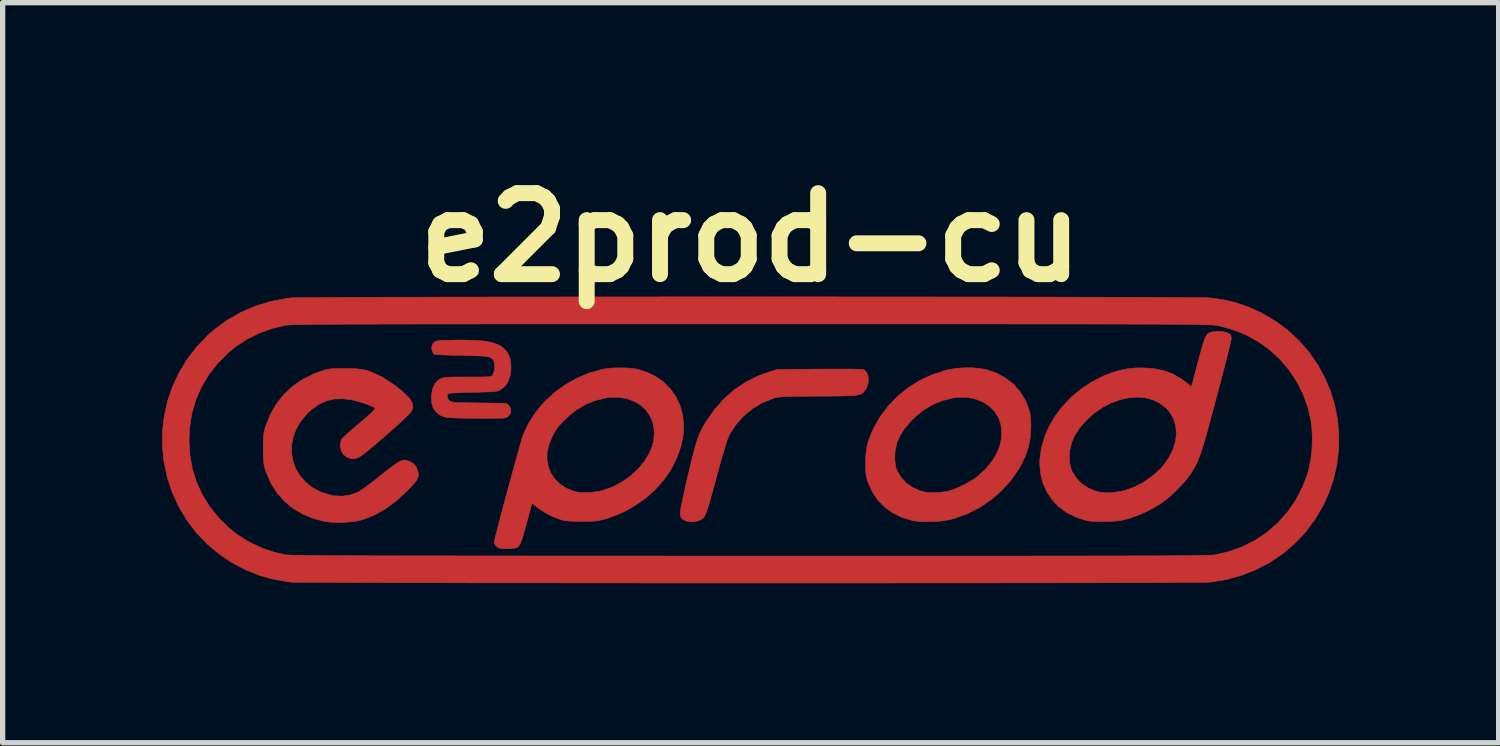
<source format=kicad_pcb>
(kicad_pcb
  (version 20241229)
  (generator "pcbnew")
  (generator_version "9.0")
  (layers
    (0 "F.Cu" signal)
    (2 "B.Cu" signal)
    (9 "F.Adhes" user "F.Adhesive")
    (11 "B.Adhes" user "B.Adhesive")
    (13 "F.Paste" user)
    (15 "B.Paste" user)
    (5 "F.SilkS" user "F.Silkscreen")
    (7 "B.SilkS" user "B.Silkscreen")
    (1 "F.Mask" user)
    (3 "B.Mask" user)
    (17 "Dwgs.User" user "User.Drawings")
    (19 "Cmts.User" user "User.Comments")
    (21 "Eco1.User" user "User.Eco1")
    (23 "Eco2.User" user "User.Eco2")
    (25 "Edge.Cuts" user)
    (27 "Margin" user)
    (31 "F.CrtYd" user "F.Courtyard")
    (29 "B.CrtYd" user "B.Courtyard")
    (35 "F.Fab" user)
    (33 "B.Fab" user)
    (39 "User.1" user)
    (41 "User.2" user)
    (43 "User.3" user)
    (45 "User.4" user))
  (footprint "e2prod-cu"
    (layer "F.Cu")
    (at 11.072 5.228)
    (property "Reference" "e2prod-cu" (at 0 -3.81 0) (layer "F.SilkS") (effects (font (size 1.524 1.524) (thickness 0.3))))
    (attr through_hole)
    (fp_poly (pts (xy 1.835 -1.335) (xy 1.952 -1.333) (xy 2.038 -1.331) (xy 2.097 -1.327) (xy 2.128 -1.323) (xy 2.133 -1.321) (xy 2.178 -1.279) (xy 2.206 -1.216) (xy 2.216 -1.139) (xy 2.207 -1.058) (xy 2.179 -0.981) (xy 2.161 -0.951) (xy 2.142 -0.924) (xy 2.123 -0.9) (xy 2.103 -0.881) (xy 2.077 -0.866) (xy 2.043 -0.854) (xy 1.998 -0.845) (xy 1.938 -0.838) (xy 1.861 -0.833) (xy 1.763 -0.83) (xy 1.641 -0.828) (xy 1.492 -0.826) (xy 1.313 -0.825) (xy 1.27 -0.825) (xy 1.092 -0.823) (xy 0.945 -0.822) (xy 0.825 -0.82) (xy 0.728 -0.819) (xy 0.651 -0.816) (xy 0.591 -0.813) (xy 0.544 -0.809) (xy 0.506 -0.804) (xy 0.475 -0.798) (xy 0.446 -0.79) (xy 0.417 -0.781) (xy 0.415 -0.78) (xy 0.215 -0.698) (xy 0.032 -0.588) (xy -0.131 -0.454) (xy -0.271 -0.298) (xy -0.385 -0.123) (xy -0.423 -0.046) (xy -0.438 -0.007) (xy -0.461 0.061) (xy -0.489 0.154) (xy -0.523 0.267) (xy -0.56 0.395) (xy -0.599 0.536) (xy -0.64 0.684) (xy -0.651 0.728) (xy -0.698 0.902) (xy -0.738 1.046) (xy -0.771 1.164) (xy -0.799 1.259) (xy -0.824 1.332) (xy -0.846 1.389) (xy -0.867 1.43) (xy -0.889 1.46) (xy -0.911 1.482) (xy -0.936 1.499) (xy -0.966 1.513) (xy -0.977 1.518) (xy -1.052 1.537) (xy -1.135 1.539) (xy -1.211 1.524) (xy -1.247 1.508) (xy -1.273 1.491) (xy -1.295 1.474) (xy -1.31 1.453) (xy -1.32 1.425) (xy -1.323 1.388) (xy -1.321 1.337) (xy -1.311 1.27) (xy -1.295 1.185) (xy -1.272 1.076) (xy -1.242 0.943) (xy -1.205 0.781) (xy -1.187 0.704) (xy -1.142 0.515) (xy -1.104 0.356) (xy -1.069 0.222) (xy -1.039 0.11) (xy -1.01 0.015) (xy -0.981 -0.065) (xy -0.953 -0.136) (xy -0.922 -0.201) (xy -0.888 -0.264) (xy -0.85 -0.328) (xy -0.837 -0.349) (xy -0.676 -0.578) (xy -0.498 -0.777) (xy -0.303 -0.948) (xy -0.09 -1.091) (xy 0.142 -1.206) (xy 0.349 -1.281) (xy 0.5 -1.328) (xy 1.299 -1.334) (xy 1.51 -1.335) (xy 1.689 -1.335) (xy 1.835 -1.335)) (stroke (width 0.01) (type solid)) (fill yes) (layer "F.Cu"))
    (fp_poly (pts (xy 4.305 -1.348) (xy 4.433 -1.325) (xy 4.439 -1.324) (xy 4.626 -1.258) (xy 4.795 -1.166) (xy 4.942 -1.051) (xy 5.066 -0.913) (xy 5.164 -0.756) (xy 5.226 -0.605) (xy 5.246 -0.539) (xy 5.26 -0.481) (xy 5.267 -0.42) (xy 5.271 -0.346) (xy 5.272 -0.254) (xy 5.261 -0.054) (xy 5.226 0.133) (xy 5.164 0.313) (xy 5.073 0.496) (xy 5.046 0.543) (xy 4.899 0.755) (xy 4.726 0.947) (xy 4.53 1.118) (xy 4.316 1.265) (xy 4.085 1.384) (xy 3.842 1.473) (xy 3.809 1.483) (xy 3.694 1.508) (xy 3.559 1.526) (xy 3.417 1.535) (xy 3.276 1.537) (xy 3.147 1.53) (xy 3.042 1.514) (xy 2.848 1.456) (xy 2.674 1.371) (xy 2.522 1.262) (xy 2.393 1.131) (xy 2.289 0.978) (xy 2.212 0.805) (xy 2.206 0.789) (xy 2.187 0.726) (xy 2.174 0.671) (xy 2.166 0.613) (xy 2.163 0.543) (xy 2.161 0.451) (xy 2.161 0.432) (xy 2.164 0.353) (xy 2.712 0.353) (xy 2.719 0.442) (xy 2.732 0.512) (xy 2.754 0.576) (xy 2.764 0.597) (xy 2.835 0.711) (xy 2.932 0.812) (xy 3.05 0.894) (xy 3.182 0.954) (xy 3.285 0.981) (xy 3.384 0.99) (xy 3.501 0.989) (xy 3.621 0.978) (xy 3.731 0.958) (xy 3.735 0.957) (xy 3.829 0.926) (xy 3.938 0.879) (xy 4.053 0.822) (xy 4.162 0.759) (xy 4.254 0.696) (xy 4.284 0.673) (xy 4.429 0.537) (xy 4.548 0.388) (xy 4.639 0.233) (xy 4.693 0.096) (xy 4.719 -0.033) (xy 4.723 -0.168) (xy 4.706 -0.299) (xy 4.67 -0.41) (xy 4.596 -0.53) (xy 4.498 -0.631) (xy 4.379 -0.711) (xy 4.242 -0.767) (xy 4.093 -0.8) (xy 3.933 -0.805) (xy 3.81 -0.792) (xy 3.611 -0.743) (xy 3.429 -0.669) (xy 3.259 -0.568) (xy 3.097 -0.437) (xy 3.031 -0.374) (xy 2.905 -0.231) (xy 2.811 -0.087) (xy 2.749 0.06) (xy 2.717 0.213) (xy 2.712 0.353) (xy 2.164 0.353) (xy 2.167 0.274) (xy 2.185 0.136) (xy 2.219 0.005) (xy 2.271 -0.13) (xy 2.304 -0.202) (xy 2.43 -0.428) (xy 2.583 -0.634) (xy 2.761 -0.819) (xy 2.96 -0.981) (xy 3.179 -1.119) (xy 3.416 -1.229) (xy 3.668 -1.311) (xy 3.708 -1.321) (xy 3.848 -1.346) (xy 4.001 -1.359) (xy 4.157 -1.36) (xy 4.305 -1.348)) (stroke (width 0.01) (type solid)) (fill yes) (layer "F.Cu"))
    (fp_poly (pts (xy 8.891 -2.037) (xy 8.963 -2.019) (xy 9.015 -1.99) (xy 9.029 -1.974) (xy 9.039 -1.945) (xy 9.042 -1.905) (xy 9.038 -1.88) (xy 9.026 -1.825) (xy 9.006 -1.743) (xy 8.98 -1.638) (xy 8.948 -1.511) (xy 8.911 -1.366) (xy 8.869 -1.207) (xy 8.824 -1.035) (xy 8.776 -0.853) (xy 8.765 -0.81) (xy 8.704 -0.582) (xy 8.65 -0.384) (xy 8.604 -0.213) (xy 8.563 -0.066) (xy 8.526 0.059) (xy 8.494 0.165) (xy 8.464 0.255) (xy 8.436 0.331) (xy 8.41 0.397) (xy 8.383 0.455) (xy 8.355 0.508) (xy 8.325 0.56) (xy 8.293 0.611) (xy 8.269 0.648) (xy 8.202 0.738) (xy 8.114 0.838) (xy 8.014 0.942) (xy 7.909 1.042) (xy 7.806 1.129) (xy 7.734 1.182) (xy 7.595 1.268) (xy 7.438 1.35) (xy 7.275 1.421) (xy 7.121 1.475) (xy 7.095 1.483) (xy 7.021 1.502) (xy 6.952 1.515) (xy 6.878 1.524) (xy 6.791 1.53) (xy 6.68 1.534) (xy 6.546 1.535) (xy 6.441 1.531) (xy 6.359 1.523) (xy 6.32 1.515) (xy 6.128 1.456) (xy 5.955 1.37) (xy 5.804 1.261) (xy 5.678 1.131) (xy 5.576 0.981) (xy 5.501 0.815) (xy 5.455 0.633) (xy 5.438 0.439) (xy 5.44 0.366) (xy 5.442 0.354) (xy 5.997 0.354) (xy 6.004 0.44) (xy 6.016 0.505) (xy 6.036 0.565) (xy 6.053 0.602) (xy 6.129 0.719) (xy 6.23 0.821) (xy 6.35 0.903) (xy 6.484 0.96) (xy 6.57 0.981) (xy 6.685 0.991) (xy 6.817 0.987) (xy 6.953 0.968) (xy 7.044 0.947) (xy 7.223 0.882) (xy 7.398 0.79) (xy 7.562 0.675) (xy 7.706 0.544) (xy 7.763 0.48) (xy 7.868 0.333) (xy 7.944 0.183) (xy 7.991 0.032) (xy 8.009 -0.116) (xy 7.998 -0.259) (xy 7.958 -0.394) (xy 7.889 -0.517) (xy 7.82 -0.598) (xy 7.705 -0.689) (xy 7.574 -0.754) (xy 7.429 -0.793) (xy 7.273 -0.806) (xy 7.111 -0.794) (xy 6.946 -0.758) (xy 6.781 -0.697) (xy 6.619 -0.613) (xy 6.463 -0.505) (xy 6.325 -0.382) (xy 6.196 -0.237) (xy 6.1 -0.092) (xy 6.036 0.056) (xy 6.002 0.208) (xy 5.997 0.354) (xy 5.442 0.354) (xy 5.469 0.152) (xy 5.529 -0.058) (xy 5.618 -0.263) (xy 5.734 -0.458) (xy 5.874 -0.642) (xy 6.038 -0.811) (xy 6.221 -0.963) (xy 6.421 -1.095) (xy 6.638 -1.205) (xy 6.803 -1.269) (xy 6.955 -1.314) (xy 7.097 -1.342) (xy 7.247 -1.356) (xy 7.366 -1.358) (xy 7.579 -1.345) (xy 7.773 -1.305) (xy 7.951 -1.238) (xy 8.115 -1.142) (xy 8.189 -1.086) (xy 8.293 -1.001) (xy 8.417 -1.47) (xy 8.457 -1.619) (xy 8.49 -1.738) (xy 8.518 -1.831) (xy 8.543 -1.902) (xy 8.567 -1.953) (xy 8.591 -1.989) (xy 8.617 -2.012) (xy 8.648 -2.026) (xy 8.684 -2.035) (xy 8.717 -2.04) (xy 8.806 -2.045) (xy 8.891 -2.037)) (stroke (width 0.01) (type solid)) (fill yes) (layer "F.Cu"))
    (fp_poly (pts (xy -5.317 -1.878) (xy -5.209 -1.875) (xy -5.113 -1.87) (xy -5.035 -1.864) (xy -5.015 -1.862) (xy -4.871 -1.836) (xy -4.755 -1.796) (xy -4.663 -1.741) (xy -4.593 -1.669) (xy -4.553 -1.604) (xy -4.523 -1.518) (xy -4.509 -1.413) (xy -4.511 -1.301) (xy -4.528 -1.203) (xy -4.567 -1.095) (xy -4.622 -1.013) (xy -4.696 -0.953) (xy -4.713 -0.944) (xy -4.736 -0.932) (xy -4.761 -0.923) (xy -4.791 -0.916) (xy -4.832 -0.911) (xy -4.888 -0.907) (xy -4.963 -0.904) (xy -5.061 -0.901) (xy -5.188 -0.898) (xy -5.224 -0.898) (xy -5.343 -0.895) (xy -5.452 -0.891) (xy -5.546 -0.887) (xy -5.619 -0.883) (xy -5.667 -0.879) (xy -5.685 -0.875) (xy -5.706 -0.845) (xy -5.705 -0.801) (xy -5.686 -0.758) (xy -5.661 -0.733) (xy -5.644 -0.724) (xy -5.622 -0.717) (xy -5.591 -0.711) (xy -5.546 -0.707) (xy -5.483 -0.704) (xy -5.4 -0.702) (xy -5.29 -0.7) (xy -5.152 -0.698) (xy -5.123 -0.698) (xy -4.996 -0.697) (xy -4.878 -0.695) (xy -4.774 -0.693) (xy -4.689 -0.69) (xy -4.628 -0.688) (xy -4.595 -0.685) (xy -4.592 -0.685) (xy -4.557 -0.662) (xy -4.529 -0.617) (xy -4.513 -0.563) (xy -4.514 -0.516) (xy -4.535 -0.475) (xy -4.568 -0.44) (xy -4.581 -0.431) (xy -4.598 -0.423) (xy -4.621 -0.417) (xy -4.654 -0.413) (xy -4.702 -0.41) (xy -4.768 -0.409) (xy -4.855 -0.408) (xy -4.969 -0.408) (xy -5.112 -0.408) (xy -5.137 -0.408) (xy -5.271 -0.409) (xy -5.396 -0.411) (xy -5.508 -0.413) (xy -5.603 -0.416) (xy -5.675 -0.42) (xy -5.719 -0.423) (xy -5.728 -0.425) (xy -5.836 -0.464) (xy -5.918 -0.525) (xy -5.974 -0.607) (xy -6.003 -0.711) (xy -6.006 -0.835) (xy -6.005 -0.845) (xy -5.983 -0.966) (xy -5.94 -1.059) (xy -5.878 -1.126) (xy -5.843 -1.147) (xy -5.818 -1.159) (xy -5.794 -1.168) (xy -5.765 -1.174) (xy -5.727 -1.179) (xy -5.675 -1.182) (xy -5.605 -1.184) (xy -5.513 -1.185) (xy -5.393 -1.185) (xy -5.322 -1.185) (xy -5.188 -1.185) (xy -5.084 -1.186) (xy -5.006 -1.187) (xy -4.949 -1.189) (xy -4.91 -1.192) (xy -4.885 -1.197) (xy -4.869 -1.204) (xy -4.859 -1.214) (xy -4.853 -1.223) (xy -4.826 -1.289) (xy -4.814 -1.368) (xy -4.82 -1.445) (xy -4.826 -1.463) (xy -4.837 -1.495) (xy -4.852 -1.521) (xy -4.873 -1.541) (xy -4.904 -1.556) (xy -4.949 -1.568) (xy -5.011 -1.576) (xy -5.094 -1.582) (xy -5.201 -1.586) (xy -5.335 -1.589) (xy -5.444 -1.592) (xy -5.57 -1.594) (xy -5.686 -1.597) (xy -5.786 -1.601) (xy -5.867 -1.605) (xy -5.924 -1.609) (xy -5.953 -1.612) (xy -5.955 -1.613) (xy -5.973 -1.637) (xy -5.992 -1.678) (xy -5.994 -1.685) (xy -6.002 -1.753) (xy -5.979 -1.813) (xy -5.929 -1.856) (xy -5.927 -1.858) (xy -5.895 -1.865) (xy -5.836 -1.871) (xy -5.754 -1.875) (xy -5.655 -1.878) (xy -5.546 -1.88) (xy -5.431 -1.88) (xy -5.317 -1.878)) (stroke (width 0.01) (type solid)) (fill yes) (layer "F.Cu"))
    (fp_poly (pts (xy -2.309 -1.354) (xy -2.196 -1.343) (xy -2.141 -1.333) (xy -1.951 -1.276) (xy -1.781 -1.191) (xy -1.631 -1.083) (xy -1.504 -0.954) (xy -1.401 -0.805) (xy -1.325 -0.64) (xy -1.277 -0.462) (xy -1.259 -0.272) (xy -1.268 -0.099) (xy -1.314 0.126) (xy -1.391 0.343) (xy -1.497 0.552) (xy -1.631 0.748) (xy -1.792 0.929) (xy -1.976 1.094) (xy -2.182 1.238) (xy -2.379 1.348) (xy -2.473 1.39) (xy -2.578 1.432) (xy -2.678 1.468) (xy -2.735 1.485) (xy -2.804 1.503) (xy -2.864 1.516) (xy -2.923 1.525) (xy -2.99 1.529) (xy -3.074 1.532) (xy -3.175 1.532) (xy -3.296 1.531) (xy -3.39 1.527) (xy -3.465 1.521) (xy -3.527 1.51) (xy -3.556 1.503) (xy -3.712 1.447) (xy -3.866 1.369) (xy -4.004 1.275) (xy -4.009 1.271) (xy -4.114 1.186) (xy -4.133 1.258) (xy -4.143 1.296) (xy -4.161 1.361) (xy -4.184 1.446) (xy -4.21 1.544) (xy -4.239 1.648) (xy -4.239 1.649) (xy -4.273 1.772) (xy -4.301 1.866) (xy -4.327 1.934) (xy -4.353 1.982) (xy -4.383 2.013) (xy -4.42 2.031) (xy -4.467 2.039) (xy -4.527 2.043) (xy -4.552 2.043) (xy -4.619 2.044) (xy -4.677 2.042) (xy -4.713 2.038) (xy -4.716 2.038) (xy -4.761 2.015) (xy -4.801 1.979) (xy -4.824 1.939) (xy -4.826 1.925) (xy -4.822 1.901) (xy -4.809 1.847) (xy -4.789 1.767) (xy -4.763 1.666) (xy -4.732 1.545) (xy -4.696 1.41) (xy -4.657 1.263) (xy -4.616 1.109) (xy -4.573 0.949) (xy -4.529 0.789) (xy -4.486 0.631) (xy -4.444 0.479) (xy -4.415 0.374) (xy -3.832 0.374) (xy -3.804 0.51) (xy -3.759 0.62) (xy -3.686 0.733) (xy -3.586 0.83) (xy -3.466 0.908) (xy -3.331 0.962) (xy -3.251 0.981) (xy -3.137 0.991) (xy -3.005 0.987) (xy -2.87 0.968) (xy -2.777 0.947) (xy -2.594 0.881) (xy -2.418 0.788) (xy -2.256 0.672) (xy -2.111 0.538) (xy -1.99 0.389) (xy -1.907 0.248) (xy -1.852 0.118) (xy -1.822 -0.006) (xy -1.814 -0.136) (xy -1.815 -0.187) (xy -1.839 -0.328) (xy -1.892 -0.454) (xy -1.97 -0.564) (xy -2.07 -0.657) (xy -2.19 -0.728) (xy -2.327 -0.778) (xy -2.477 -0.804) (xy -2.637 -0.803) (xy -2.726 -0.792) (xy -2.924 -0.743) (xy -3.104 -0.671) (xy -3.273 -0.571) (xy -3.435 -0.441) (xy -3.507 -0.373) (xy -3.579 -0.298) (xy -3.632 -0.235) (xy -3.676 -0.171) (xy -3.717 -0.096) (xy -3.732 -0.067) (xy -3.796 0.089) (xy -3.829 0.235) (xy -3.832 0.374) (xy -4.415 0.374) (xy -4.405 0.337) (xy -4.369 0.208) (xy -4.337 0.095) (xy -4.31 0.003) (xy -4.289 -0.066) (xy -4.276 -0.108) (xy -4.273 -0.114) (xy -4.169 -0.332) (xy -4.035 -0.535) (xy -3.875 -0.723) (xy -3.692 -0.892) (xy -3.489 -1.039) (xy -3.268 -1.164) (xy -3.034 -1.262) (xy -2.789 -1.331) (xy -2.689 -1.347) (xy -2.567 -1.356) (xy -2.437 -1.358) (xy -2.309 -1.354)) (stroke (width 0.01) (type solid)) (fill yes) (layer "F.Cu"))
    (fp_poly (pts (xy -7.511 -1.344) (xy -7.401 -1.339) (xy -7.309 -1.328) (xy -7.225 -1.309) (xy -7.142 -1.281) (xy -7.05 -1.241) (xy -6.968 -1.202) (xy -6.879 -1.152) (xy -6.78 -1.088) (xy -6.678 -1.015) (xy -6.581 -0.938) (xy -6.496 -0.863) (xy -6.43 -0.797) (xy -6.409 -0.771) (xy -6.367 -0.696) (xy -6.354 -0.623) (xy -6.371 -0.557) (xy -6.378 -0.546) (xy -6.406 -0.511) (xy -6.457 -0.458) (xy -6.527 -0.391) (xy -6.611 -0.312) (xy -6.706 -0.226) (xy -6.807 -0.136) (xy -6.911 -0.044) (xy -7.015 0.044) (xy -7.113 0.127) (xy -7.202 0.2) (xy -7.278 0.26) (xy -7.338 0.304) (xy -7.372 0.325) (xy -7.452 0.352) (xy -7.531 0.348) (xy -7.604 0.319) (xy -7.663 0.267) (xy -7.704 0.196) (xy -7.721 0.11) (xy -7.721 0.102) (xy -7.714 0.038) (xy -7.695 -0.014) (xy -7.692 -0.02) (xy -7.67 -0.044) (xy -7.626 -0.086) (xy -7.565 -0.141) (xy -7.492 -0.205) (xy -7.412 -0.273) (xy -7.408 -0.276) (xy -7.297 -0.369) (xy -7.211 -0.443) (xy -7.146 -0.501) (xy -7.102 -0.544) (xy -7.077 -0.575) (xy -7.067 -0.595) (xy -7.071 -0.608) (xy -7.1 -0.625) (xy -7.155 -0.648) (xy -7.226 -0.675) (xy -7.306 -0.702) (xy -7.386 -0.726) (xy -7.46 -0.746) (xy -7.488 -0.752) (xy -7.667 -0.776) (xy -7.831 -0.772) (xy -7.982 -0.737) (xy -8.125 -0.671) (xy -8.261 -0.573) (xy -8.34 -0.5) (xy -8.459 -0.36) (xy -8.547 -0.212) (xy -8.606 -0.059) (xy -8.635 0.095) (xy -8.636 0.249) (xy -8.61 0.397) (xy -8.558 0.539) (xy -8.48 0.67) (xy -8.379 0.787) (xy -8.255 0.888) (xy -8.109 0.969) (xy -7.942 1.027) (xy -7.834 1.049) (xy -7.683 1.057) (xy -7.532 1.034) (xy -7.391 0.982) (xy -7.349 0.957) (xy -7.286 0.915) (xy -7.207 0.858) (xy -7.118 0.79) (xy -7.022 0.716) (xy -6.965 0.67) (xy -6.849 0.578) (xy -6.756 0.506) (xy -6.681 0.452) (xy -6.621 0.414) (xy -6.572 0.39) (xy -6.53 0.379) (xy -6.492 0.379) (xy -6.453 0.388) (xy -6.427 0.397) (xy -6.347 0.441) (xy -6.292 0.506) (xy -6.263 0.576) (xy -6.252 0.625) (xy -6.25 0.669) (xy -6.262 0.712) (xy -6.289 0.761) (xy -6.334 0.819) (xy -6.4 0.891) (xy -6.456 0.949) (xy -6.654 1.134) (xy -6.856 1.286) (xy -7.06 1.403) (xy -7.268 1.487) (xy -7.341 1.508) (xy -7.453 1.531) (xy -7.586 1.545) (xy -7.726 1.552) (xy -7.861 1.55) (xy -7.979 1.538) (xy -8.004 1.534) (xy -8.227 1.476) (xy -8.431 1.391) (xy -8.615 1.281) (xy -8.776 1.146) (xy -8.913 0.989) (xy -9.027 0.809) (xy -9.114 0.608) (xy -9.13 0.559) (xy -9.145 0.506) (xy -9.156 0.458) (xy -9.163 0.405) (xy -9.167 0.34) (xy -9.168 0.257) (xy -9.169 0.152) (xy -9.168 0.046) (xy -9.166 -0.034) (xy -9.162 -0.096) (xy -9.155 -0.147) (xy -9.143 -0.195) (xy -9.128 -0.248) (xy -9.12 -0.271) (xy -9.031 -0.491) (xy -8.916 -0.688) (xy -8.776 -0.863) (xy -8.612 -1.014) (xy -8.423 -1.143) (xy -8.21 -1.248) (xy -8.077 -1.297) (xy -8.022 -1.315) (xy -7.974 -1.327) (xy -7.926 -1.336) (xy -7.871 -1.341) (xy -7.801 -1.344) (xy -7.708 -1.345) (xy -7.645 -1.345) (xy -7.511 -1.344)) (stroke (width 0.01) (type solid)) (fill yes) (layer "F.Cu"))
    (fp_poly (pts (xy 0.426 -2.693) (xy 0.896 -2.693) (xy 1.364 -2.693) (xy 1.829 -2.692) (xy 2.288 -2.692) (xy 2.742 -2.692) (xy 3.188 -2.692) (xy 3.625 -2.691) (xy 4.053 -2.691) (xy 4.469 -2.69) (xy 4.873 -2.69) (xy 5.263 -2.689) (xy 5.639 -2.689) (xy 5.998 -2.688) (xy 6.34 -2.687) (xy 6.664 -2.686) (xy 6.967 -2.686) (xy 7.25 -2.685) (xy 7.51 -2.684) (xy 7.746 -2.683) (xy 7.958 -2.682) (xy 8.144 -2.681) (xy 8.302 -2.68) (xy 8.431 -2.679) (xy 8.531 -2.677) (xy 8.599 -2.676) (xy 8.635 -2.675) (xy 8.638 -2.675) (xy 8.897 -2.638) (xy 9.137 -2.581) (xy 9.368 -2.501) (xy 9.602 -2.394) (xy 9.62 -2.385) (xy 9.876 -2.235) (xy 10.108 -2.062) (xy 10.318 -1.868) (xy 10.503 -1.654) (xy 10.663 -1.424) (xy 10.798 -1.18) (xy 10.906 -0.924) (xy 10.988 -0.657) (xy 11.041 -0.384) (xy 11.066 -0.105) (xy 11.062 0.177) (xy 11.028 0.46) (xy 10.964 0.741) (xy 10.868 1.018) (xy 10.767 1.238) (xy 10.616 1.494) (xy 10.441 1.729) (xy 10.241 1.942) (xy 10.02 2.131) (xy 9.78 2.295) (xy 9.522 2.432) (xy 9.248 2.542) (xy 8.961 2.622) (xy 8.663 2.672) (xy 8.636 2.675) (xy 8.608 2.676) (xy 8.548 2.677) (xy 8.456 2.678) (xy 8.334 2.679) (xy 8.184 2.68) (xy 8.005 2.681) (xy 7.801 2.682) (xy 7.571 2.683) (xy 7.317 2.684) (xy 7.041 2.684) (xy 6.743 2.685) (xy 6.425 2.686) (xy 6.088 2.686) (xy 5.733 2.687) (xy 5.362 2.687) (xy 4.976 2.688) (xy 4.576 2.688) (xy 4.163 2.689) (xy 3.739 2.689) (xy 3.304 2.689) (xy 2.861 2.689) (xy 2.409 2.69) (xy 1.952 2.69) (xy 1.489 2.69) (xy 1.022 2.69) (xy 0.552 2.69) (xy 0.081 2.69) (xy -0.39 2.69) (xy -0.86 2.69) (xy -1.329 2.69) (xy -1.793 2.69) (xy -2.253 2.689) (xy -2.707 2.689) (xy -3.154 2.689) (xy -3.592 2.688) (xy -4.02 2.688) (xy -4.438 2.688) (xy -4.843 2.687) (xy -5.235 2.687) (xy -5.612 2.686) (xy -5.973 2.685) (xy -6.318 2.685) (xy -6.643 2.684) (xy -6.949 2.683) (xy -7.234 2.683) (xy -7.497 2.682) (xy -7.737 2.681) (xy -7.951 2.68) (xy -8.14 2.679) (xy -8.302 2.678) (xy -8.435 2.677) (xy -8.539 2.676) (xy -8.612 2.675) (xy -8.653 2.674) (xy -8.66 2.674) (xy -8.953 2.626) (xy -9.236 2.548) (xy -9.508 2.439) (xy -9.765 2.303) (xy -10.006 2.14) (xy -10.228 1.952) (xy -10.429 1.742) (xy -10.606 1.509) (xy -10.757 1.257) (xy -10.767 1.238) (xy -10.89 0.963) (xy -10.98 0.682) (xy -11.039 0.397) (xy -11.067 0.11) (xy -11.066 0) (xy -10.566 0) (xy -10.55 0.277) (xy -10.503 0.541) (xy -10.424 0.794) (xy -10.314 1.033) (xy -10.172 1.26) (xy -10 1.472) (xy -9.831 1.64) (xy -9.639 1.793) (xy -9.424 1.925) (xy -9.192 2.033) (xy -8.949 2.115) (xy -8.763 2.157) (xy -8.749 2.159) (xy -8.729 2.161) (xy -8.7 2.162) (xy -8.663 2.164) (xy -8.616 2.165) (xy -8.56 2.167) (xy -8.492 2.168) (xy -8.412 2.169) (xy -8.319 2.171) (xy -8.213 2.172) (xy -8.092 2.173) (xy -7.955 2.174) (xy -7.803 2.175) (xy -7.634 2.175) (xy -7.446 2.176) (xy -7.24 2.177) (xy -7.015 2.178) (xy -6.769 2.178) (xy -6.502 2.179) (xy -6.213 2.179) (xy -5.901 2.18) (xy -5.565 2.18) (xy -5.205 2.181) (xy -4.819 2.181) (xy -4.407 2.181) (xy -3.968 2.182) (xy -3.501 2.182) (xy -3.006 2.182) (xy -2.48 2.182) (xy -1.924 2.182) (xy -1.337 2.183) (xy -0.718 2.183) (xy -0.066 2.183) (xy -0.015 2.183) (xy 0.636 2.183) (xy 1.253 2.183) (xy 1.839 2.183) (xy 2.393 2.183) (xy 2.917 2.183) (xy 3.411 2.183) (xy 3.876 2.183) (xy 4.314 2.183) (xy 4.725 2.183) (xy 5.109 2.183) (xy 5.468 2.182) (xy 5.803 2.182) (xy 6.115 2.182) (xy 6.403 2.181) (xy 6.67 2.181) (xy 6.916 2.181) (xy 7.142 2.18) (xy 7.349 2.179) (xy 7.537 2.179) (xy 7.708 2.178) (xy 7.862 2.177) (xy 8 2.176) (xy 8.123 2.175) (xy 8.233 2.174) (xy 8.329 2.173) (xy 8.413 2.172) (xy 8.485 2.171) (xy 8.547 2.169) (xy 8.599 2.168) (xy 8.642 2.166) (xy 8.677 2.165) (xy 8.705 2.163) (xy 8.726 2.161) (xy 8.742 2.159) (xy 8.748 2.158) (xy 9.011 2.096) (xy 9.263 2.003) (xy 9.502 1.88) (xy 9.724 1.729) (xy 9.926 1.552) (xy 9.93 1.548) (xy 10.101 1.353) (xy 10.251 1.137) (xy 10.374 0.904) (xy 10.469 0.661) (xy 10.501 0.55) (xy 10.539 0.362) (xy 10.561 0.156) (xy 10.567 -0.053) (xy 10.555 -0.253) (xy 10.542 -0.357) (xy 10.481 -0.62) (xy 10.391 -0.869) (xy 10.272 -1.103) (xy 10.128 -1.32) (xy 9.959 -1.517) (xy 9.769 -1.693) (xy 9.558 -1.845) (xy 9.33 -1.973) (xy 9.085 -2.073) (xy 8.826 -2.144) (xy 8.748 -2.158) (xy 8.734 -2.16) (xy 8.715 -2.162) (xy 8.69 -2.164) (xy 8.658 -2.166) (xy 8.619 -2.167) (xy 8.571 -2.169) (xy 8.514 -2.17) (xy 8.446 -2.171) (xy 8.367 -2.173) (xy 8.277 -2.174) (xy 8.173 -2.175) (xy 8.056 -2.176) (xy 7.924 -2.177) (xy 7.777 -2.178) (xy 7.613 -2.179) (xy 7.432 -2.179) (xy 7.234 -2.18) (xy 7.016 -2.181) (xy 6.779 -2.181) (xy 6.521 -2.182) (xy 6.242 -2.182) (xy 5.94 -2.182) (xy 5.615 -2.183) (xy 5.266 -2.183) (xy 4.892 -2.183) (xy 4.493 -2.184) (xy 4.067 -2.184) (xy 3.613 -2.184) (xy 3.131 -2.184) (xy 2.62 -2.184) (xy 2.078 -2.184) (xy 1.506 -2.184) (xy 0.902 -2.184) (xy 0.265 -2.184) (xy 0 -2.184) (xy -0.65 -2.184) (xy -1.267 -2.184) (xy -1.852 -2.184) (xy -2.406 -2.184) (xy -2.929 -2.184) (xy -3.423 -2.184) (xy -3.888 -2.184) (xy -4.325 -2.184) (xy -4.735 -2.184) (xy -5.119 -2.183) (xy -5.478 -2.183) (xy -5.812 -2.183) (xy -6.123 -2.182) (xy -6.411 -2.182) (xy -6.678 -2.181) (xy -6.923 -2.181) (xy -7.149 -2.18) (xy -7.355 -2.18) (xy -7.543 -2.179) (xy -7.713 -2.178) (xy -7.867 -2.177) (xy -8.005 -2.176) (xy -8.128 -2.175) (xy -8.237 -2.174) (xy -8.332 -2.173) (xy -8.416 -2.172) (xy -8.488 -2.171) (xy -8.549 -2.169) (xy -8.601 -2.168) (xy -8.644 -2.166) (xy -8.678 -2.165) (xy -8.706 -2.163) (xy -8.727 -2.161) (xy -8.743 -2.159) (xy -8.748 -2.158) (xy -9.002 -2.099) (xy -9.247 -2.01) (xy -9.478 -1.895) (xy -9.691 -1.755) (xy -9.831 -1.64) (xy -10.029 -1.439) (xy -10.197 -1.225) (xy -10.333 -0.996) (xy -10.438 -0.755) (xy -10.512 -0.501) (xy -10.555 -0.234) (xy -10.566 0) (xy -11.066 0) (xy -11.064 -0.176) (xy -11.031 -0.459) (xy -10.968 -0.736) (xy -10.875 -1.006) (xy -10.754 -1.266) (xy -10.604 -1.513) (xy -10.427 -1.745) (xy -10.222 -1.961) (xy -10.084 -2.082) (xy -9.846 -2.256) (xy -9.59 -2.402) (xy -9.318 -2.519) (xy -9.031 -2.607) (xy -8.731 -2.664) (xy -8.636 -2.675) (xy -8.606 -2.676) (xy -8.544 -2.678) (xy -8.451 -2.679) (xy -8.327 -2.68) (xy -8.175 -2.681) (xy -7.995 -2.682) (xy -7.788 -2.683) (xy -7.557 -2.684) (xy -7.301 -2.685) (xy -7.023 -2.686) (xy -6.724 -2.687) (xy -6.404 -2.687) (xy -6.065 -2.688) (xy -5.709 -2.689) (xy -5.337 -2.689) (xy -4.949 -2.69) (xy -4.548 -2.69) (xy -4.134 -2.691) (xy -3.709 -2.691) (xy -3.273 -2.692) (xy -2.829 -2.692) (xy -2.377 -2.692) (xy -1.918 -2.692) (xy -1.455 -2.693) (xy -0.987 -2.693) (xy -0.517 -2.693) (xy -0.046 -2.693) (xy 0.426 -2.693)) (stroke (width 0.01) (type solid)) (fill yes) (layer "F.Cu")))
  (gr_rect
    (start -3 -3)
    (end 25.144 10.923)
    (stroke (width 0.1) (type default))
    (fill no)
    (layer "Edge.Cuts")))
</source>
